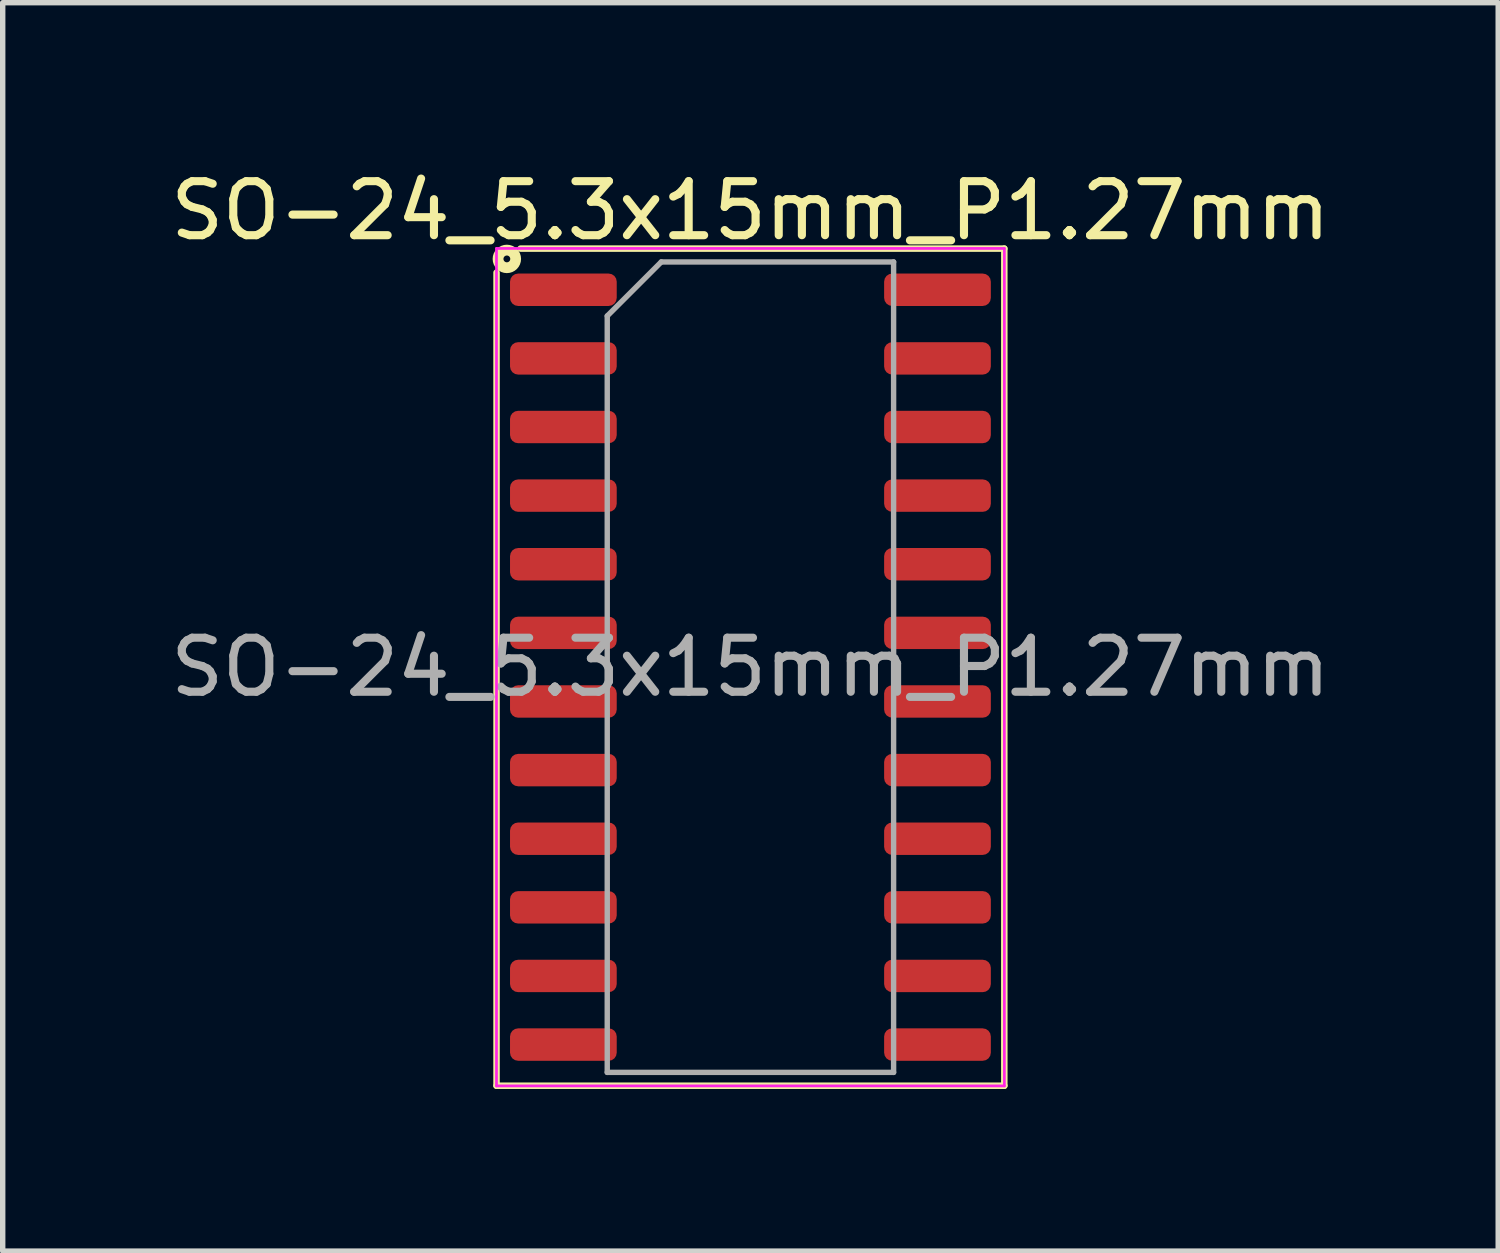
<source format=kicad_pcb>
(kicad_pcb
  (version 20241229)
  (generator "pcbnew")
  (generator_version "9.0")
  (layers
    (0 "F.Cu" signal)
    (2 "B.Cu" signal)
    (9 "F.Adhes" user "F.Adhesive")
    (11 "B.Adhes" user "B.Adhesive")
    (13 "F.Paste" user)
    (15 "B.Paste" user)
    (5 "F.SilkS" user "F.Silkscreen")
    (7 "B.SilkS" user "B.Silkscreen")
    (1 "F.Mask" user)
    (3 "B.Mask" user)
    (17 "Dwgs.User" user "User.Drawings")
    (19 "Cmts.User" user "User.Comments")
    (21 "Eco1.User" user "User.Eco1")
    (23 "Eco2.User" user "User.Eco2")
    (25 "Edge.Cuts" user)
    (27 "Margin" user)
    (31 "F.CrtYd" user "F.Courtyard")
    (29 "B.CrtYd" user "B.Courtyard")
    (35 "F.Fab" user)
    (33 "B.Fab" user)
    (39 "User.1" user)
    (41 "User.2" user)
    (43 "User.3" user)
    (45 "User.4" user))
  (footprint "SO-24_5.3x15mm_P1.27mm"
    (layer "F.Cu")
    (at 10.839 9.298)
    (property "Reference" "SO-24_5.3x15mm_P1.27mm" (at 0 -8.45 0) (layer "F.SilkS") (effects (font (size 1 1) (thickness 0.15))))
    (attr smd)
    (fp_line (start -4.699 -7.303) (end -4.699 7.747) (stroke (width 0.12) (type solid)) (layer "F.SilkS"))
    (fp_line (start -4.699 7.747) (end 4.699 7.747) (stroke (width 0.12) (type solid)) (layer "F.SilkS"))
    (fp_line (start 4.699 -7.747) (end -4.255 -7.747) (stroke (width 0.12) (type solid)) (layer "F.SilkS"))
    (fp_line (start 4.699 7.747) (end 4.699 -7.747) (stroke (width 0.12) (type solid)) (layer "F.SilkS"))
    (fp_circle (center -4.508 -7.556) (end -4.445 -7.556) (stroke (width 0.2) (type solid)) (fill no) (layer "F.SilkS"))
    (fp_line (start -4.7 -7.75) (end -4.7 7.75) (stroke (width 0.05) (type solid)) (layer "F.CrtYd"))
    (fp_line (start -4.7 7.75) (end 4.7 7.75) (stroke (width 0.05) (type solid)) (layer "F.CrtYd"))
    (fp_line (start 4.7 -7.75) (end -4.7 -7.75) (stroke (width 0.05) (type solid)) (layer "F.CrtYd"))
    (fp_line (start 4.7 7.75) (end 4.7 -7.75) (stroke (width 0.05) (type solid)) (layer "F.CrtYd"))
    (fp_line (start -2.65 -6.5) (end -1.65 -7.5) (stroke (width 0.1) (type solid)) (layer "F.Fab"))
    (fp_line (start -2.65 7.5) (end -2.65 -6.5) (stroke (width 0.1) (type solid)) (layer "F.Fab"))
    (fp_line (start -1.65 -7.5) (end 2.65 -7.5) (stroke (width 0.1) (type solid)) (layer "F.Fab"))
    (fp_line (start 2.65 -7.5) (end 2.65 7.5) (stroke (width 0.1) (type solid)) (layer "F.Fab"))
    (fp_line (start 2.65 7.5) (end -2.65 7.5) (stroke (width 0.1) (type solid)) (layer "F.Fab"))
    (fp_text user "${REFERENCE}" (at 0 0 0) (layer "F.Fab") (effects (font (size 1 1) (thickness 0.15))))
    (pad "1" smd roundrect (at -3.462 -6.985) (size 1.975 0.6) (layers "F.Cu" "F.Mask" "F.Paste") (roundrect_rratio 0.25))
    (pad "2" smd roundrect (at -3.462 -5.715) (size 1.975 0.6) (layers "F.Cu" "F.Mask" "F.Paste") (roundrect_rratio 0.25))
    (pad "3" smd roundrect (at -3.462 -4.445) (size 1.975 0.6) (layers "F.Cu" "F.Mask" "F.Paste") (roundrect_rratio 0.25))
    (pad "4" smd roundrect (at -3.462 -3.175) (size 1.975 0.6) (layers "F.Cu" "F.Mask" "F.Paste") (roundrect_rratio 0.25))
    (pad "5" smd roundrect (at -3.462 -1.905) (size 1.975 0.6) (layers "F.Cu" "F.Mask" "F.Paste") (roundrect_rratio 0.25))
    (pad "6" smd roundrect (at -3.462 -0.635) (size 1.975 0.6) (layers "F.Cu" "F.Mask" "F.Paste") (roundrect_rratio 0.25))
    (pad "7" smd roundrect (at -3.462 0.635) (size 1.975 0.6) (layers "F.Cu" "F.Mask" "F.Paste") (roundrect_rratio 0.25))
    (pad "8" smd roundrect (at -3.462 1.905) (size 1.975 0.6) (layers "F.Cu" "F.Mask" "F.Paste") (roundrect_rratio 0.25))
    (pad "9" smd roundrect (at -3.462 3.175) (size 1.975 0.6) (layers "F.Cu" "F.Mask" "F.Paste") (roundrect_rratio 0.25))
    (pad "10" smd roundrect (at -3.462 4.445) (size 1.975 0.6) (layers "F.Cu" "F.Mask" "F.Paste") (roundrect_rratio 0.25))
    (pad "11" smd roundrect (at -3.462 5.715) (size 1.975 0.6) (layers "F.Cu" "F.Mask" "F.Paste") (roundrect_rratio 0.25))
    (pad "12" smd roundrect (at -3.462 6.985) (size 1.975 0.6) (layers "F.Cu" "F.Mask" "F.Paste") (roundrect_rratio 0.25))
    (pad "13" smd roundrect (at 3.462 6.985) (size 1.975 0.6) (layers "F.Cu" "F.Mask" "F.Paste") (roundrect_rratio 0.25))
    (pad "14" smd roundrect (at 3.462 5.715) (size 1.975 0.6) (layers "F.Cu" "F.Mask" "F.Paste") (roundrect_rratio 0.25))
    (pad "15" smd roundrect (at 3.462 4.445) (size 1.975 0.6) (layers "F.Cu" "F.Mask" "F.Paste") (roundrect_rratio 0.25))
    (pad "16" smd roundrect (at 3.462 3.175) (size 1.975 0.6) (layers "F.Cu" "F.Mask" "F.Paste") (roundrect_rratio 0.25))
    (pad "17" smd roundrect (at 3.462 1.905) (size 1.975 0.6) (layers "F.Cu" "F.Mask" "F.Paste") (roundrect_rratio 0.25))
    (pad "18" smd roundrect (at 3.462 0.635) (size 1.975 0.6) (layers "F.Cu" "F.Mask" "F.Paste") (roundrect_rratio 0.25))
    (pad "19" smd roundrect (at 3.462 -0.635) (size 1.975 0.6) (layers "F.Cu" "F.Mask" "F.Paste") (roundrect_rratio 0.25))
    (pad "20" smd roundrect (at 3.462 -1.905) (size 1.975 0.6) (layers "F.Cu" "F.Mask" "F.Paste") (roundrect_rratio 0.25))
    (pad "21" smd roundrect (at 3.462 -3.175) (size 1.975 0.6) (layers "F.Cu" "F.Mask" "F.Paste") (roundrect_rratio 0.25))
    (pad "22" smd roundrect (at 3.462 -4.445) (size 1.975 0.6) (layers "F.Cu" "F.Mask" "F.Paste") (roundrect_rratio 0.25))
    (pad "23" smd roundrect (at 3.462 -5.715) (size 1.975 0.6) (layers "F.Cu" "F.Mask" "F.Paste") (roundrect_rratio 0.25))
    (pad "24" smd roundrect (at 3.462 -6.985) (size 1.975 0.6) (layers "F.Cu" "F.Mask" "F.Paste") (roundrect_rratio 0.25)))
  (gr_rect
    (start -3 -3)
    (end 24.679 20.105)
    (stroke (width 0.1) (type default))
    (fill no)
    (layer "Edge.Cuts")))
</source>
